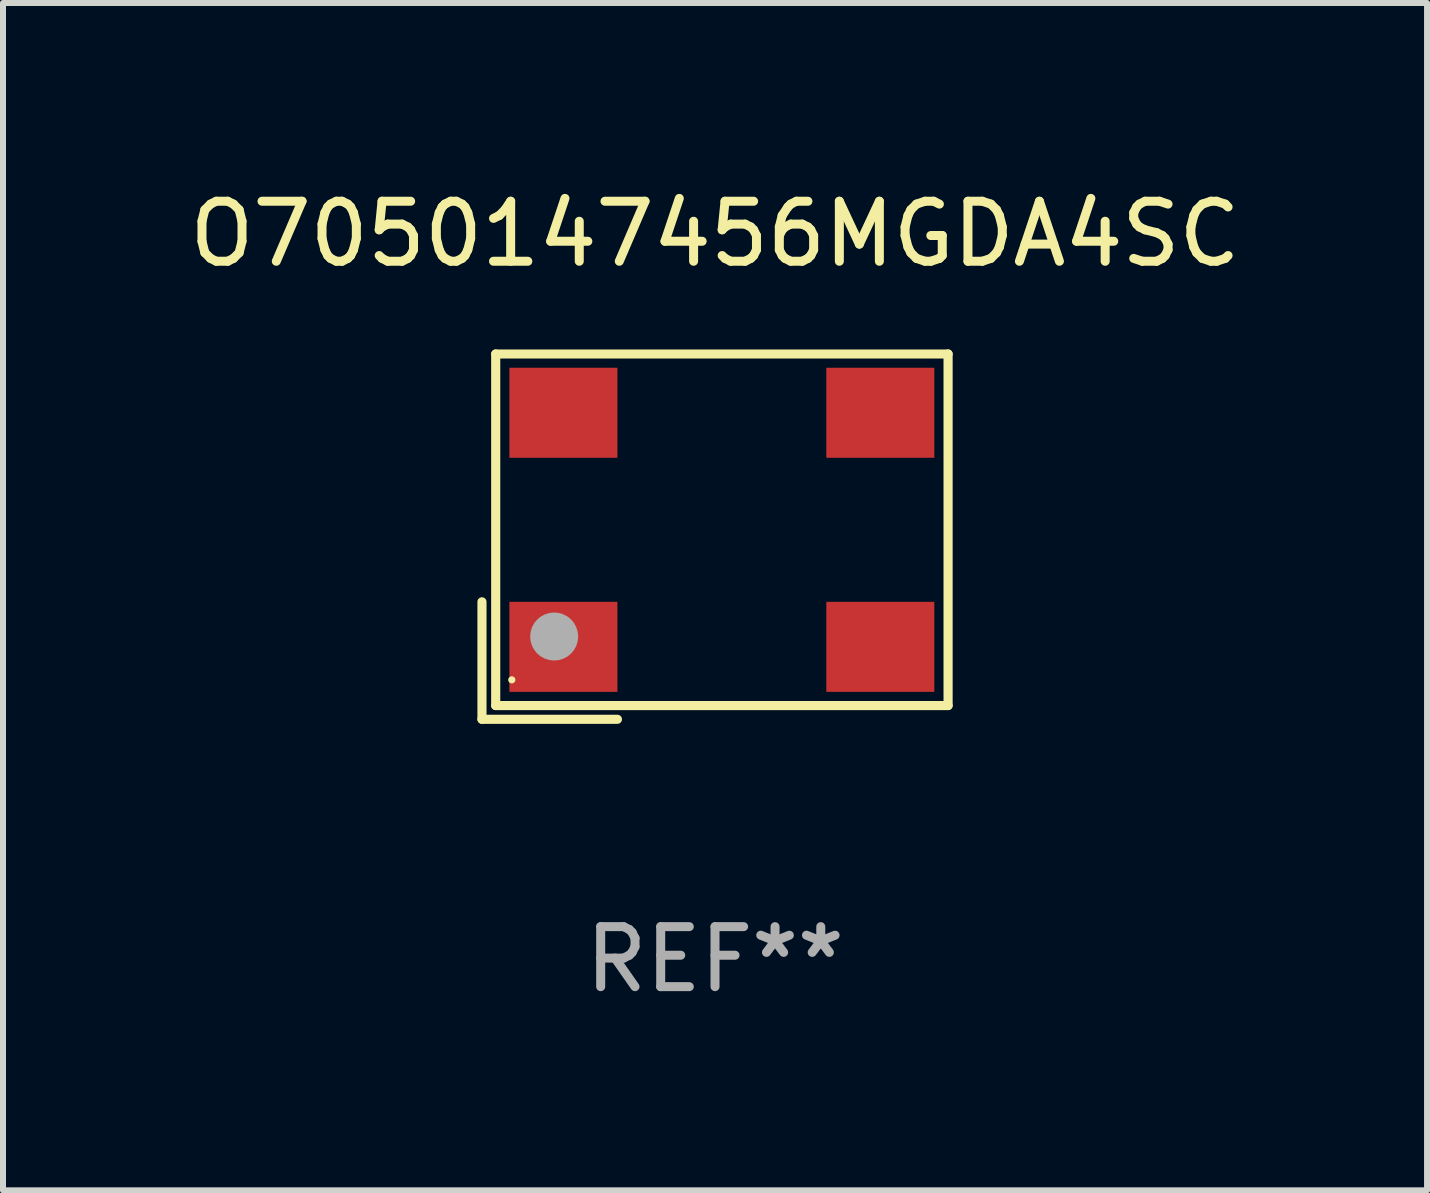
<source format=kicad_pcb>
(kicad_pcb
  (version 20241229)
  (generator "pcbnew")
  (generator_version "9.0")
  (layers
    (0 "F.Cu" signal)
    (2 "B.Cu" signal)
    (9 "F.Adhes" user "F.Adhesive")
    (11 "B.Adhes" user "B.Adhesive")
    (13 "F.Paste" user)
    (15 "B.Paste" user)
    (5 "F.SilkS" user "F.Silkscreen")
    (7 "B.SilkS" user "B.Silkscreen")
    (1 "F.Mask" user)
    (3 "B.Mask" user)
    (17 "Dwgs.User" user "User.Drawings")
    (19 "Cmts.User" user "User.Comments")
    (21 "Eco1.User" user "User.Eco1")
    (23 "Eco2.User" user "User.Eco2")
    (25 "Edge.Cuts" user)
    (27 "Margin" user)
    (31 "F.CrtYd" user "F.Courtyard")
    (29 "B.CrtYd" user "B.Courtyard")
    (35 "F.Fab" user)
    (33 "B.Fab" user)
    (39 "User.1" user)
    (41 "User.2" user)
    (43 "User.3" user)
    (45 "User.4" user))
  (footprint "O7050147456MGDA4SC"
    (layer "F.Cu")
    (at 8.863 5.891)
    (property "Reference" "O7050147456MGDA4SC" (at 0 -5.043 0) (layer "F.SilkS") (effects (font (size 1 1) (thickness 0.15))))
    (attr through_hole)
    (fp_line (start -3.883 1.086) (end -3.883 3.043) (stroke (width 0.152) (type solid)) (layer "F.SilkS"))
    (fp_line (start -3.883 3.043) (end -1.626 3.043) (stroke (width 0.152) (type solid)) (layer "F.SilkS"))
    (fp_line (start -3.654 -3.043) (end 3.883 -3.043) (stroke (width 0.152) (type solid)) (layer "F.SilkS"))
    (fp_line (start -3.654 2.814) (end -3.654 -3.043) (stroke (width 0.152) (type solid)) (layer "F.SilkS"))
    (fp_line (start 3.883 -3.043) (end 3.883 2.814) (stroke (width 0.152) (type solid)) (layer "F.SilkS"))
    (fp_line (start 3.883 2.814) (end -3.654 2.814) (stroke (width 0.152) (type solid)) (layer "F.SilkS"))
    (fp_circle (center -3.386 2.386) (end -3.356 2.386) (stroke (width 0.06) (type solid)) (fill no) (layer "F.SilkS"))
    (fp_circle (center -2.68 1.664) (end -2.48 1.664) (stroke (width 0.4) (type solid)) (fill no) (layer "F.Fab"))
    (fp_text user "REF**" (at 0 7.043 0) (layer "F.Fab") (effects (font (size 1 1) (thickness 0.15))))
    (pad "1" smd rect (at -2.526 1.836) (size 1.8 1.5) (layers "F.Cu" "F.Mask" "F.Paste"))
    (pad "2" smd rect (at 2.754 1.836) (size 1.8 1.5) (layers "F.Cu" "F.Mask" "F.Paste"))
    (pad "3" smd rect (at 2.754 -2.064) (size 1.8 1.5) (layers "F.Cu" "F.Mask" "F.Paste"))
    (pad "4" smd rect (at -2.526 -2.064) (size 1.8 1.5) (layers "F.Cu" "F.Mask" "F.Paste")))
  (gr_rect
    (start -3 -3)
    (end 20.726 16.782)
    (stroke (width 0.1) (type default))
    (fill no)
    (layer "Edge.Cuts")))
</source>
